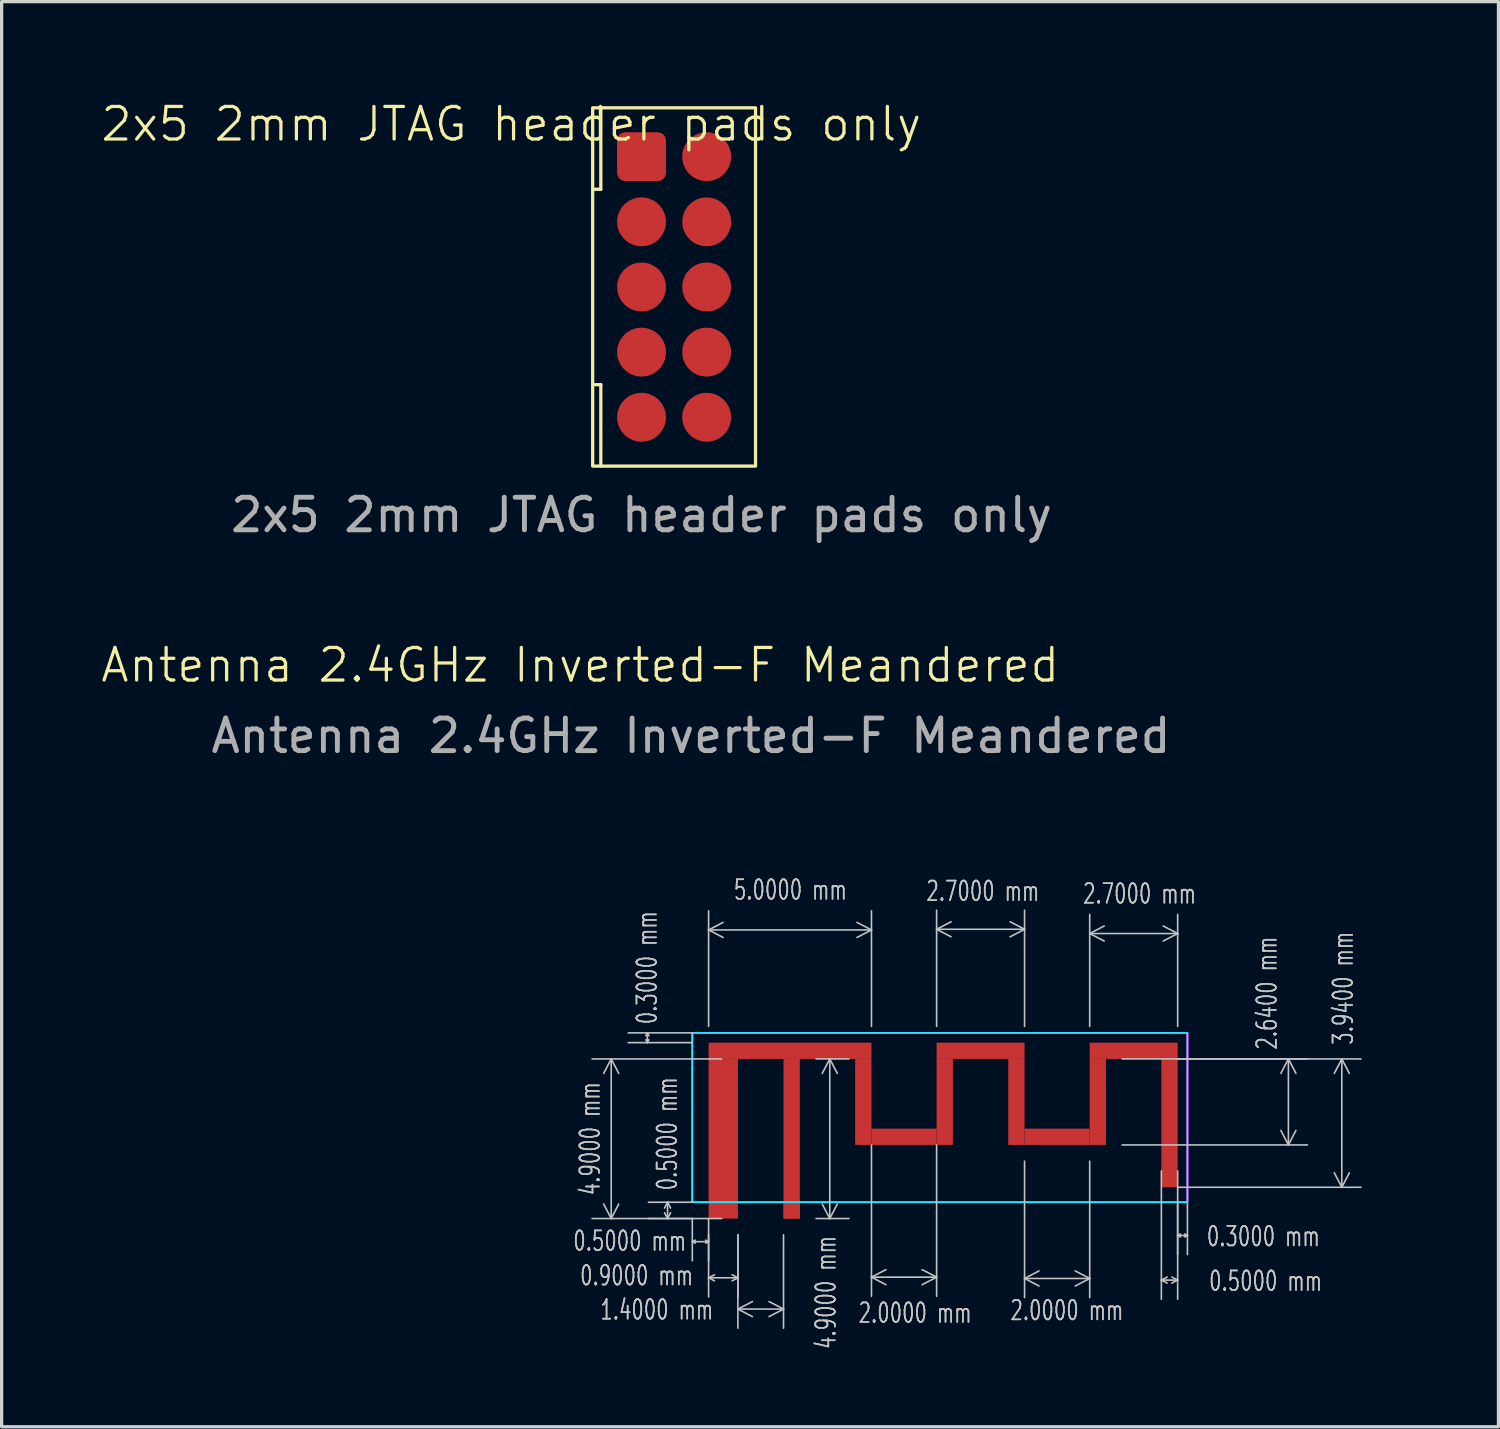
<source format=kicad_pcb>
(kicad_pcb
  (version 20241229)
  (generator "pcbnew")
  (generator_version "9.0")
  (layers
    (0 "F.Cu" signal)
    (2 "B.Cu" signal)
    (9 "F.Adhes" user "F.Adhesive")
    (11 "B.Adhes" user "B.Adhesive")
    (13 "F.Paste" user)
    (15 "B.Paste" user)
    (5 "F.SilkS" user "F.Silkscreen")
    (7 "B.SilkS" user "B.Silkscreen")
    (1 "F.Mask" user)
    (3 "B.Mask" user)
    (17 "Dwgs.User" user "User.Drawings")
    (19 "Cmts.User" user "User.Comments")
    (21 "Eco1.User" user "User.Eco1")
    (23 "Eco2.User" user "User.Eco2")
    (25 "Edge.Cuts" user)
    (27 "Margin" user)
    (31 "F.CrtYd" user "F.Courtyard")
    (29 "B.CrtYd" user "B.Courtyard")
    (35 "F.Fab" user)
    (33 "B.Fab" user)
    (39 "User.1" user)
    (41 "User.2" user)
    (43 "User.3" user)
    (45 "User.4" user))
  (footprint "Antenna 2.4GHz Inverted-F Meandered"
    (layer "F.Cu")
    (at 18.704 33.859)
    (property "Reference" "Antenna 2.4GHz Inverted-F Meandered" (at -3.94 -16.49 0) (unlocked yes) (layer "F.SilkS") (effects (font (size 1 1) (thickness 0.1))))
    (attr smd)
    (fp_rect (start 0 -4.4) (end 5 -4.9) (stroke (width 0) (type solid)) (fill yes) (layer "F.Cu"))
    (fp_rect (start 0 0.5) (end 0.9 -4.4) (stroke (width 0) (type solid)) (fill yes) (layer "F.Cu"))
    (fp_rect (start 2.3 0.5) (end 2.8 -4.4) (stroke (width 0) (type solid)) (fill yes) (layer "F.Cu"))
    (fp_rect (start 5 -4.4) (end 4.5 -1.76) (stroke (width 0) (type solid)) (fill yes) (layer "F.Cu"))
    (fp_rect (start 5 -1.76) (end 7 -2.26) (stroke (width 0) (type solid)) (fill yes) (layer "F.Cu"))
    (fp_rect (start 7 -4.9) (end 9.7 -4.4) (stroke (width 0) (type solid)) (fill yes) (layer "F.Cu"))
    (fp_rect (start 7.5 -4.4) (end 7 -1.76) (stroke (width 0) (type solid)) (fill yes) (layer "F.Cu"))
    (fp_rect (start 9.7 -4.4) (end 9.2 -1.76) (stroke (width 0) (type solid)) (fill yes) (layer "F.Cu"))
    (fp_rect (start 9.7 -2.26) (end 11.7 -1.76) (stroke (width 0) (type solid)) (fill yes) (layer "F.Cu"))
    (fp_rect (start 11.7 -4.9) (end 14.4 -4.4) (stroke (width 0) (type solid)) (fill yes) (layer "F.Cu"))
    (fp_rect (start 12.2 -4.4) (end 11.7 -1.76) (stroke (width 0) (type solid)) (fill yes) (layer "F.Cu"))
    (fp_rect (start 14.4 -4.4) (end 13.9 -0.46) (stroke (width 0) (type solid)) (fill yes) (layer "F.Cu"))
    (fp_rect (start -0.5 -5.2) (end 14.7 0) (stroke (width 0.05) (type default)) (fill no) (layer "B.CrtYd"))
    (fp_rect (start -0.5 -5.2) (end 14.7 0) (stroke (width 0.05) (type default)) (fill no) (layer "F.CrtYd"))
    (fp_rect (start -0.5 -5.2) (end 14.7 0) (stroke (width 0.05) (type default)) (fill no) (layer "F.CrtYd"))
    (fp_rect (start -0.5 -5.2) (end 14.7 0) (stroke (width 0.05) (type default)) (fill no) (layer "F.CrtYd"))
    (fp_text user "${REFERENCE}" (at -0.54 -14.32 0) (unlocked yes) (layer "F.Fab") (effects (font (size 1 1) (thickness 0.15))))
    (dimension (type aligned) (layer "Dwgs.User") (pts (xy 33.104 33.399) (xy 33.404 33.399)) (height 1.48) (format (prefix "") (suffix "") (units 3) (units_format 1) (precision 4)) (style (thickness 0.05) (arrow_length 0.1) (text_position_mode 2) (arrow_direction outward) (extension_height 0.586) (extension_offset 0.5) (keep_text_aligned yes)) (gr_text "0.3000 mm" (at 35.734 34.909 0) (layer "Dwgs.User") (effects (font (size 0.6 0.4) (thickness 0.05)))))
    (dimension (type aligned) (layer "Dwgs.User") (pts (xy 21.004 34.359) (xy 19.604 34.359)) (height -2.78) (format (prefix "") (suffix "") (units 3) (units_format 1) (precision 4)) (style (thickness 0.05) (arrow_length 0.5) (text_position_mode 2) (arrow_direction outward) (extension_height 0.586) (extension_offset 0.5) (keep_text_aligned yes)) (gr_text "1.4000 mm" (at 17.114 37.159 0) (layer "Dwgs.User") (effects (font (size 0.6 0.4) (thickness 0.05)))))
    (dimension (type aligned) (layer "Dwgs.User") (pts (xy 30.904 29.459) (xy 30.904 32.099)) (height -5.6) (format (prefix "") (suffix "") (units 3) (units_format 1) (precision 4)) (style (thickness 0.05) (arrow_length 0.5) (text_position_mode 2) (arrow_direction outward) (extension_height 0.586) (extension_offset 0.5) (keep_text_aligned yes)) (gr_text "2.6400 mm" (at 35.844 27.439 90) (layer "Dwgs.User") (effects (font (size 0.6 0.4) (thickness 0.05)))))
    (dimension (type aligned) (layer "Dwgs.User") (pts (xy 18.704 28.959) (xy 18.704 28.659)) (height -1.88) (format (prefix "") (suffix "") (units 3) (units_format 1) (precision 4)) (style (thickness 0.05) (arrow_length 0.1) (text_position_mode 2) (arrow_direction outward) (extension_height 0.586) (extension_offset 0.5) (keep_text_aligned yes)) (gr_text "0.3000 mm" (at 16.814 26.659 90) (layer "Dwgs.User") (effects (font (size 0.6 0.4) (thickness 0.05)))))
    (dimension (type aligned) (layer "Dwgs.User") (pts (xy 32.604 29.459) (xy 32.604 33.399)) (height -5.54) (format (prefix "") (suffix "") (units 3) (units_format 1) (precision 4)) (style (thickness 0.05) (arrow_length 0.5) (text_position_mode 2) (arrow_direction outward) (extension_height 0.586) (extension_offset 0.5) (keep_text_aligned yes)) (gr_text "3.9400 mm" (at 38.184 27.289 90) (layer "Dwgs.User") (effects (font (size 0.6 0.4) (thickness 0.05)))))
    (dimension (type aligned) (layer "Dwgs.User") (pts (xy 25.704 28.959) (xy 28.404 28.959)) (height -3.48) (format (prefix "") (suffix "") (units 3) (units_format 1) (precision 4)) (style (thickness 0.05) (arrow_length 0.5) (text_position_mode 2) (arrow_direction outward) (extension_height 0.586) (extension_offset 0.5) (keep_text_aligned yes)) (gr_text "2.7000 mm" (at 27.124 24.309 0) (layer "Dwgs.User") (effects (font (size 0.6 0.4) (thickness 0.05)))))
    (dimension (type aligned) (layer "Dwgs.User") (pts (xy 21.504 29.459) (xy 21.504 34.359)) (height -0.92) (format (prefix "") (suffix "") (units 3) (units_format 1) (precision 4)) (style (thickness 0.05) (arrow_length 0.5) (text_position_mode 2) (arrow_direction outward) (extension_height 0.586) (extension_offset 0.5) (keep_text_aligned yes)) (gr_text "4.9000 mm" (at 22.304 36.629 90) (layer "Dwgs.User") (effects (font (size 0.6 0.4) (thickness 0.05)))))
    (dimension (type aligned) (layer "Dwgs.User") (pts (xy 19.604 34.359) (xy 19.604 29.459)) (height -3.89) (format (prefix "") (suffix "") (units 3) (units_format 1) (precision 4)) (style (thickness 0.05) (arrow_length 0.5) (text_position_mode 0) (arrow_direction outward) (extension_height 0.586) (extension_offset 0.5) (keep_text_aligned yes)) (gr_text "4.9000 mm" (at 15.064 31.909 90) (layer "Dwgs.User") (effects (font (size 0.6 0.4) (thickness 0.05)))))
    (dimension (type aligned) (layer "Dwgs.User") (pts (xy 18.204 33.859) (xy 18.704 33.859)) (height 1.21) (format (prefix "") (suffix "") (units 3) (units_format 1) (precision 4)) (style (thickness 0.05) (arrow_length 0.1) (text_position_mode 2) (arrow_direction outward) (extension_height 0.586) (extension_offset 0.5) (keep_text_aligned yes)) (gr_text "0.5000 mm" (at 16.284 35.049 0) (layer "Dwgs.User") (effects (font (size 0.6 0.4) (thickness 0.05)))))
    (dimension (type aligned) (layer "Dwgs.User") (pts (xy 18.704 28.959) (xy 23.704 28.959)) (height -3.46) (format (prefix "") (suffix "") (units 3) (units_format 1) (precision 4)) (style (thickness 0.05) (arrow_length 0.5) (text_position_mode 2) (arrow_direction outward) (extension_height 0.586) (extension_offset 0.5) (keep_text_aligned yes)) (gr_text "5.0000 mm" (at 21.214 24.269 0) (layer "Dwgs.User") (effects (font (size 0.6 0.4) (thickness 0.05)))))
    (dimension (type aligned) (layer "Dwgs.User") (pts (xy 30.404 28.959) (xy 33.104 28.959)) (height -3.35) (format (prefix "") (suffix "") (units 3) (units_format 1) (precision 4)) (style (thickness 0.05) (arrow_length 0.5) (text_position_mode 2) (arrow_direction outward) (extension_height 0.586) (extension_offset 0.5) (keep_text_aligned yes)) (gr_text "2.7000 mm" (at 31.934 24.389 0) (layer "Dwgs.User") (effects (font (size 0.6 0.4) (thickness 0.05)))))
    (dimension (type aligned) (layer "Dwgs.User") (pts (xy 28.404 32.099) (xy 30.404 32.099)) (height 4.1) (format (prefix "") (suffix "") (units 3) (units_format 1) (precision 4)) (style (thickness 0.05) (arrow_length 0.5) (text_position_mode 2) (arrow_direction outward) (extension_height 0.586) (extension_offset 0.5) (keep_text_aligned yes)) (gr_text "2.0000 mm" (at 29.704 37.179 0) (layer "Dwgs.User") (effects (font (size 0.6 0.4) (thickness 0.05)))))
    (dimension (type aligned) (layer "Dwgs.User") (pts (xy 18.704 34.359) (xy 18.704 33.859)) (height -1.26) (format (prefix "") (suffix "") (units 3) (units_format 1) (precision 4)) (style (thickness 0.05) (arrow_length 0.2) (text_position_mode 2) (arrow_direction outward) (extension_height 0.586) (extension_offset 0.5) (keep_text_aligned yes)) (gr_text "0.5000 mm" (at 17.434 31.759 90) (layer "Dwgs.User") (effects (font (size 0.6 0.4) (thickness 0.05)))))
    (dimension (type aligned) (layer "Dwgs.User") (pts (xy 23.704 31.599) (xy 25.704 31.599)) (height 4.56) (format (prefix "") (suffix "") (units 3) (units_format 1) (precision 4)) (style (thickness 0.05) (arrow_length 0.5) (text_position_mode 2) (arrow_direction outward) (extension_height 0.586) (extension_offset 0.5) (keep_text_aligned yes)) (gr_text "2.0000 mm" (at 25.044 37.259 0) (layer "Dwgs.User") (effects (font (size 0.6 0.4) (thickness 0.05)))))
    (dimension (type aligned) (layer "Dwgs.User") (pts (xy 32.604 33.399) (xy 33.104 33.399)) (height 2.85) (format (prefix "") (suffix "") (units 3) (units_format 1) (precision 4)) (style (thickness 0.05) (arrow_length 0.2) (text_position_mode 2) (arrow_direction outward) (extension_height 0.586) (extension_offset -0.5) (keep_text_aligned yes)) (gr_text "0.5000 mm" (at 35.804 36.279 0) (layer "Dwgs.User") (effects (font (size 0.6 0.4) (thickness 0.05)))))
    (dimension (type aligned) (layer "Dwgs.User") (pts (xy 19.604 34.359) (xy 18.704 34.359)) (height -1.82) (format (prefix "") (suffix "") (units 3) (units_format 1) (precision 4)) (style (thickness 0.05) (arrow_length 0.2) (text_position_mode 2) (arrow_direction outward) (extension_height 0.586) (extension_offset 0.5) (keep_text_aligned yes)) (gr_text "0.9000 mm" (at 16.494 36.109 0) (layer "Dwgs.User") (effects (font (size 0.6 0.4) (thickness 0.05)))))
    (pad "1" smd rect (at 2.55 0.25) (size 0.5 0.5) (layers "F.Cu" "F.Mask" "F.Paste"))
    (pad "2" smd rect (at 0.45 0.24) (size 0.5 0.5) (layers "F.Cu" "F.Mask" "F.Paste"))
    (zone (net_name "") (layers "F.Cu" "B.Cu" "B.CrtYd") (name "Antenna Keepout") (hatch edge 0.5) (connect_pads) (min_thickness 0.25) (filled_areas_thickness no) (keepout (tracks not_allowed) (vias not_allowed) (pads not_allowed) (copperpour not_allowed) (footprints not_allowed)) (placement (enabled no)) (fill) (polygon (pts (xy 18.204 28.659) (xy 33.404 28.659) (xy 33.404 33.859) (xy 18.204 33.859)))))
  (footprint "2x5 2mm JTAG header pads only"
    (layer "F.Cu")
    (at 16.645 1.76)
    (property "Reference" "2x5 2mm JTAG header pads only" (at -4 -1 0) (unlocked yes) (layer "F.SilkS") (effects (font (size 1 1) (thickness 0.1))))
    (attr smd)
    (fp_line (start -1.5 7) (end -1.25 7) (stroke (width 0.1) (type default)) (layer "F.SilkS"))
    (fp_line (start -1.25 -1.5) (end -1.25 1) (stroke (width 0.1) (type default)) (layer "F.SilkS"))
    (fp_line (start -1.25 1) (end -1.5 1) (stroke (width 0.1) (type default)) (layer "F.SilkS"))
    (fp_line (start -1.25 7) (end -1.25 9.5) (stroke (width 0.1) (type default)) (layer "F.SilkS"))
    (fp_rect (start -1.5 -1.5) (end 3.5 9.5) (stroke (width 0.1) (type default)) (fill no) (layer "F.SilkS"))
    (fp_text user "${REFERENCE}" (at 0 11 0) (unlocked yes) (layer "F.Fab") (effects (font (size 1 1) (thickness 0.15))))
    (pad "1" smd roundrect (at 0 0) (size 1.5 1.5) (layers "F.Cu" "F.Mask") (roundrect_rratio 0.167))
    (pad "2" smd circle (at 2 0) (size 1.5 1.5) (layers "F.Cu" "F.Mask"))
    (pad "3" smd circle (at 0 2) (size 1.5 1.5) (layers "F.Cu" "F.Mask"))
    (pad "4" smd circle (at 2 2) (size 1.5 1.5) (layers "F.Cu" "F.Mask"))
    (pad "5" smd circle (at 0 4) (size 1.5 1.5) (layers "F.Cu" "F.Mask"))
    (pad "6" smd circle (at 2 4) (size 1.5 1.5) (layers "F.Cu" "F.Mask"))
    (pad "7" smd circle (at 0 6) (size 1.5 1.5) (layers "F.Cu" "F.Mask"))
    (pad "8" smd circle (at 2 6) (size 1.5 1.5) (layers "F.Cu" "F.Mask"))
    (pad "9" smd circle (at 0 8) (size 1.5 1.5) (layers "F.Cu" "F.Mask"))
    (pad "10" smd circle (at 2 8) (size 1.5 1.5) (layers "F.Cu" "F.Mask")))
  (gr_rect
    (start -3 -3)
    (end 42.953 40.751)
    (stroke (width 0.1) (type default))
    (fill no)
    (layer "Edge.Cuts")))
</source>
